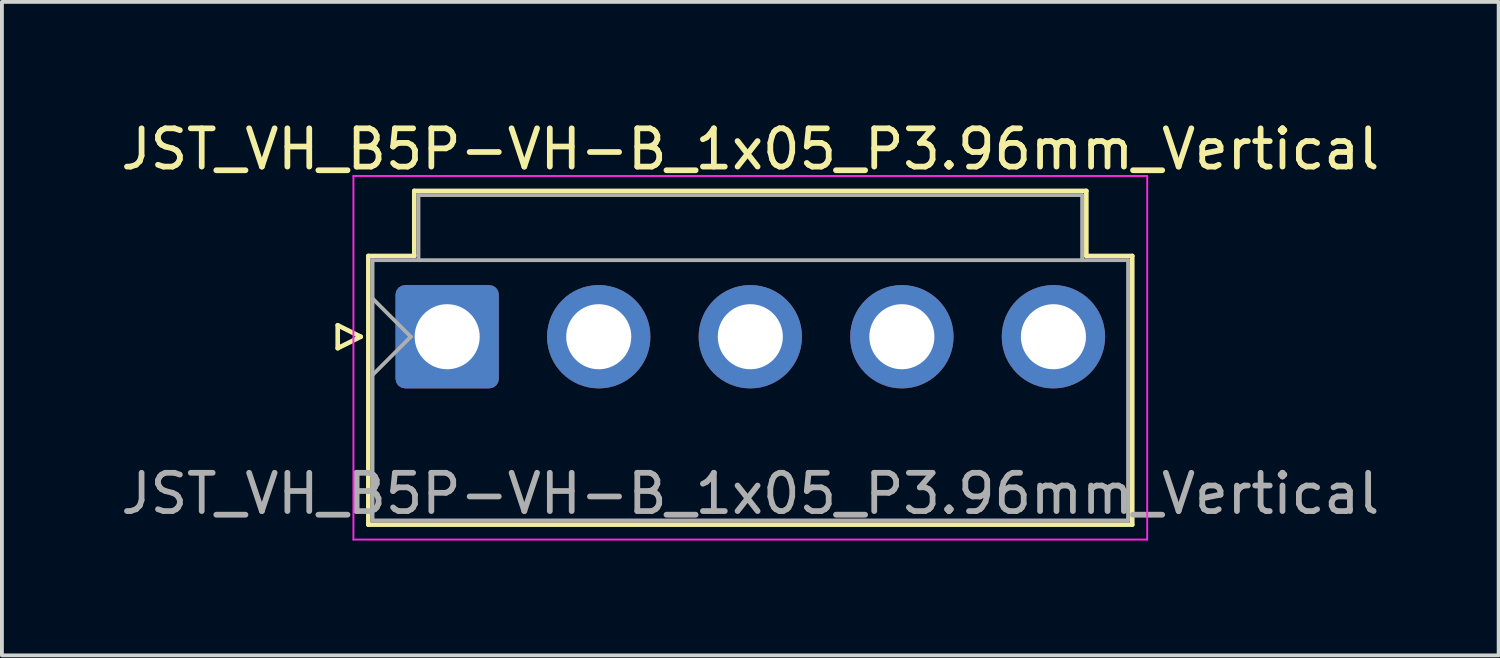
<source format=kicad_pcb>
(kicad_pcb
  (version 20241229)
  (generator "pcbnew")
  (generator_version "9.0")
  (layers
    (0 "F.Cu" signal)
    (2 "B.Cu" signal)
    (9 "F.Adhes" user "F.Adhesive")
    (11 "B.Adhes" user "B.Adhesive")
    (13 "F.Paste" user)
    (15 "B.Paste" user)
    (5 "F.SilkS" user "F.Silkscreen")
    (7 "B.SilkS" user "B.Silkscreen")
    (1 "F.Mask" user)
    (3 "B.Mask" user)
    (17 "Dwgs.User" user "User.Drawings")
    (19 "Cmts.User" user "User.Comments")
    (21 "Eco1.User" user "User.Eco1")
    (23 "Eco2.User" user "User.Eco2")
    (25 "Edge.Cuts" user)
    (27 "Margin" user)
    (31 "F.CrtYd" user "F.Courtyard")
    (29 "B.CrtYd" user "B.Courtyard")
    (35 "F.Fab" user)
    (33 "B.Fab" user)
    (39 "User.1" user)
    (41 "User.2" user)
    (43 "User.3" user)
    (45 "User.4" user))
  (footprint "JST_VH_B5P-VH-B_1x05_P3.96mm_Vertical"
    (layer "F.Cu")
    (at 8.634 5.748)
    (property "Reference" "JST_VH_B5P-VH-B_1x05_P3.96mm_Vertical" (at 7.92 -4.9 0) (layer "F.SilkS") (effects (font (size 1 1) (thickness 0.15))))
    (attr through_hole)
    (fp_line (start -2.86 -0.3) (end -2.26 0) (stroke (width 0.12) (type solid)) (layer "F.SilkS"))
    (fp_line (start -2.86 0.3) (end -2.86 -0.3) (stroke (width 0.12) (type solid)) (layer "F.SilkS"))
    (fp_line (start -2.26 0) (end -2.86 0.3) (stroke (width 0.12) (type solid)) (layer "F.SilkS"))
    (fp_line (start -2.06 -2.11) (end -0.86 -2.11) (stroke (width 0.12) (type solid)) (layer "F.SilkS"))
    (fp_line (start -2.06 4.91) (end -2.06 -2.11) (stroke (width 0.12) (type solid)) (layer "F.SilkS"))
    (fp_line (start -0.86 -3.81) (end 16.7 -3.81) (stroke (width 0.12) (type solid)) (layer "F.SilkS"))
    (fp_line (start -0.86 -2.11) (end -0.86 -3.81) (stroke (width 0.12) (type solid)) (layer "F.SilkS"))
    (fp_line (start 16.7 -3.81) (end 16.7 -2.11) (stroke (width 0.12) (type solid)) (layer "F.SilkS"))
    (fp_line (start 16.7 -2.11) (end 17.9 -2.11) (stroke (width 0.12) (type solid)) (layer "F.SilkS"))
    (fp_line (start 17.9 -2.11) (end 17.9 4.91) (stroke (width 0.12) (type solid)) (layer "F.SilkS"))
    (fp_line (start 17.9 4.91) (end -2.06 4.91) (stroke (width 0.12) (type solid)) (layer "F.SilkS"))
    (fp_line (start -2.45 -4.2) (end -2.45 5.3) (stroke (width 0.05) (type solid)) (layer "F.CrtYd"))
    (fp_line (start -2.45 5.3) (end 18.29 5.3) (stroke (width 0.05) (type solid)) (layer "F.CrtYd"))
    (fp_line (start 18.29 -4.2) (end -2.45 -4.2) (stroke (width 0.05) (type solid)) (layer "F.CrtYd"))
    (fp_line (start 18.29 5.3) (end 18.29 -4.2) (stroke (width 0.05) (type solid)) (layer "F.CrtYd"))
    (fp_line (start -1.95 -2) (end -1.95 4.8) (stroke (width 0.1) (type solid)) (layer "F.Fab"))
    (fp_line (start -1.95 -1) (end -0.95 0) (stroke (width 0.1) (type solid)) (layer "F.Fab"))
    (fp_line (start -1.95 1) (end -0.95 0) (stroke (width 0.1) (type solid)) (layer "F.Fab"))
    (fp_line (start -1.95 4.8) (end 17.79 4.8) (stroke (width 0.1) (type solid)) (layer "F.Fab"))
    (fp_line (start -0.75 -3.7) (end 16.59 -3.7) (stroke (width 0.1) (type solid)) (layer "F.Fab"))
    (fp_line (start -0.75 -2) (end -0.75 -3.7) (stroke (width 0.1) (type solid)) (layer "F.Fab"))
    (fp_line (start 16.59 -3.7) (end 16.59 -2) (stroke (width 0.1) (type solid)) (layer "F.Fab"))
    (fp_line (start 17.79 -2) (end -1.95 -2) (stroke (width 0.1) (type solid)) (layer "F.Fab"))
    (fp_line (start 17.79 4.8) (end 17.79 -2) (stroke (width 0.1) (type solid)) (layer "F.Fab"))
    (fp_text user "${REFERENCE}" (at 7.92 4.1 0) (layer "F.Fab") (effects (font (size 1 1) (thickness 0.15))))
    (pad "1" thru_hole roundrect (at 0 0) (size 2.7 2.7) (drill 1.7) (layers "*.Cu" "*.Mask") (roundrect_rratio 0.093))
    (pad "2" thru_hole circle (at 3.96 0) (size 2.7 2.7) (drill 1.7) (layers "*.Cu" "*.Mask"))
    (pad "3" thru_hole circle (at 7.92 0) (size 2.7 2.7) (drill 1.7) (layers "*.Cu" "*.Mask"))
    (pad "4" thru_hole circle (at 11.88 0) (size 2.7 2.7) (drill 1.7) (layers "*.Cu" "*.Mask"))
    (pad "5" thru_hole circle (at 15.84 0) (size 2.7 2.7) (drill 1.7) (layers "*.Cu" "*.Mask")))
  (gr_rect
    (start -3 -3)
    (end 36.107 14.073)
    (stroke (width 0.1) (type default))
    (fill no)
    (layer "Edge.Cuts")))
</source>
